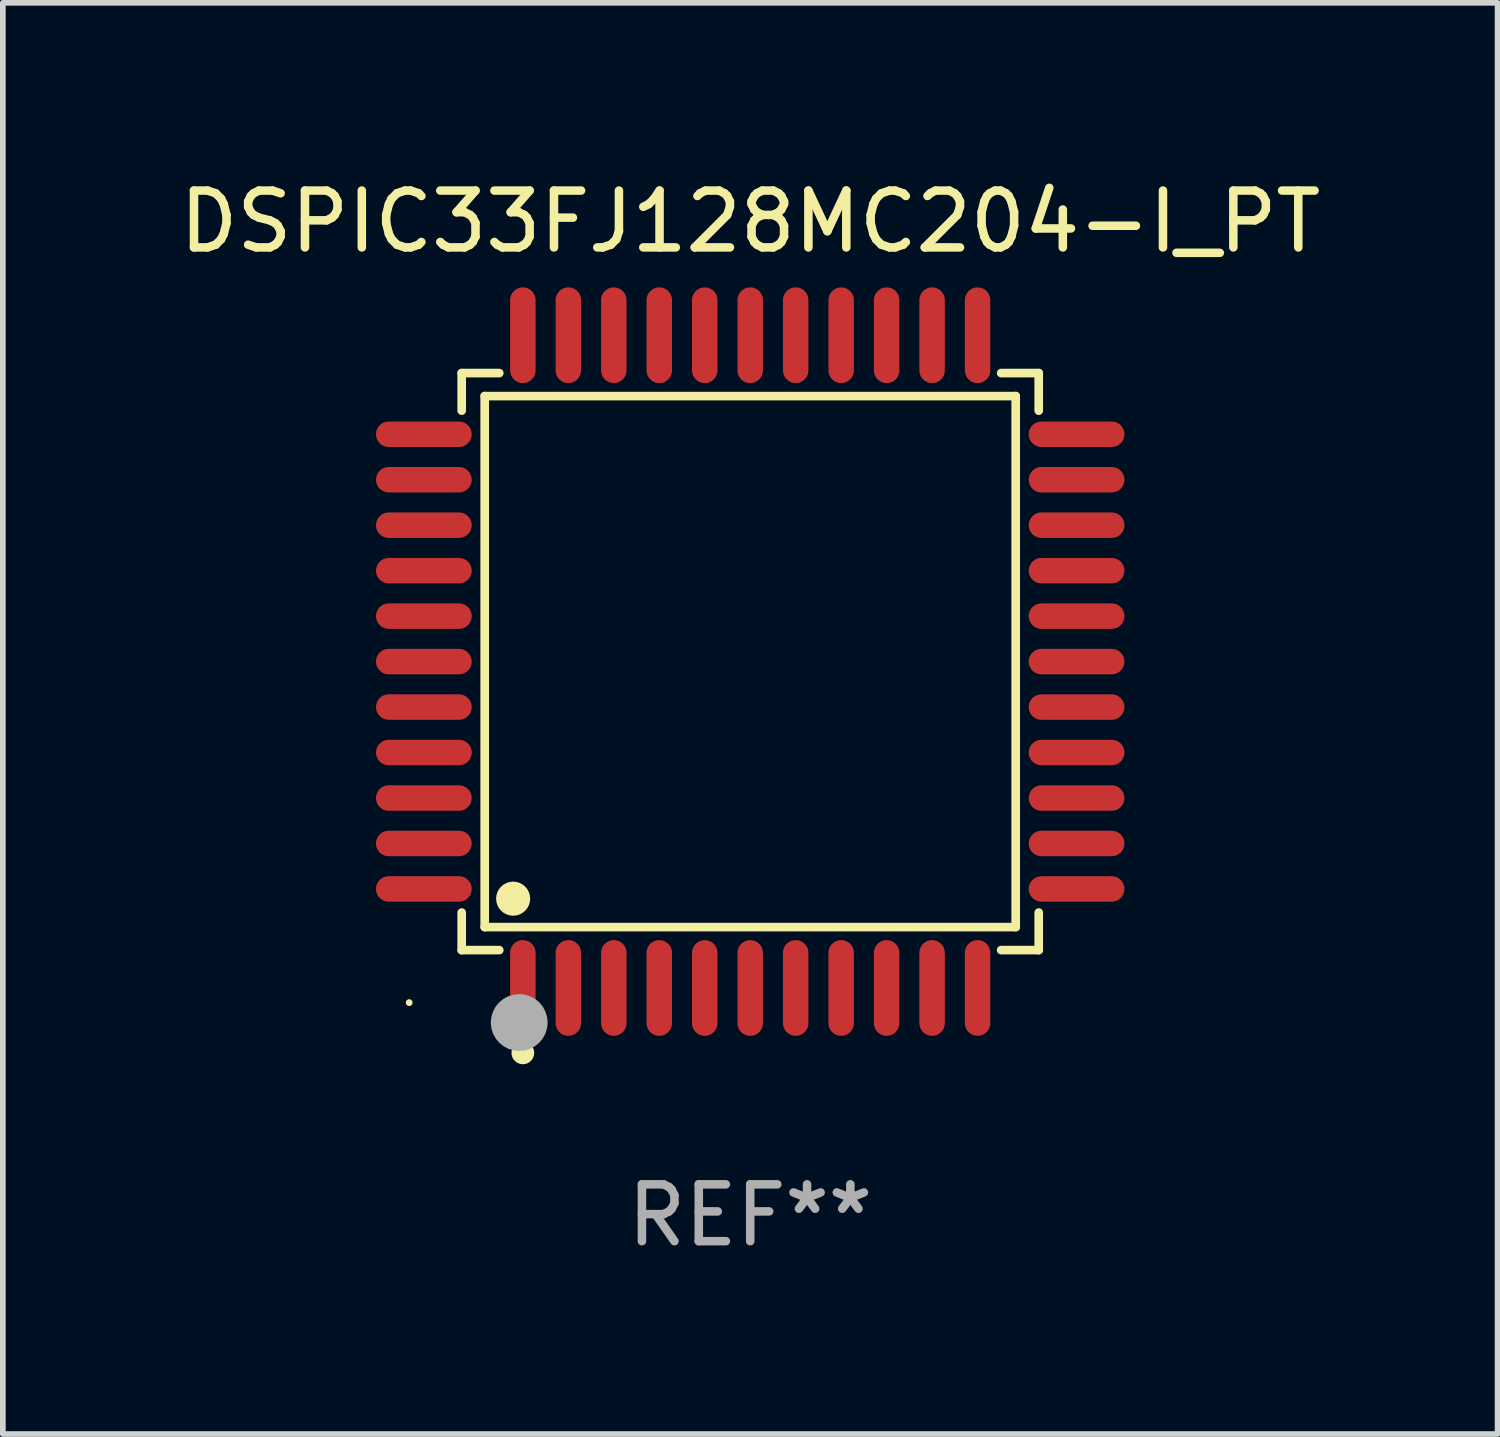
<source format=kicad_pcb>
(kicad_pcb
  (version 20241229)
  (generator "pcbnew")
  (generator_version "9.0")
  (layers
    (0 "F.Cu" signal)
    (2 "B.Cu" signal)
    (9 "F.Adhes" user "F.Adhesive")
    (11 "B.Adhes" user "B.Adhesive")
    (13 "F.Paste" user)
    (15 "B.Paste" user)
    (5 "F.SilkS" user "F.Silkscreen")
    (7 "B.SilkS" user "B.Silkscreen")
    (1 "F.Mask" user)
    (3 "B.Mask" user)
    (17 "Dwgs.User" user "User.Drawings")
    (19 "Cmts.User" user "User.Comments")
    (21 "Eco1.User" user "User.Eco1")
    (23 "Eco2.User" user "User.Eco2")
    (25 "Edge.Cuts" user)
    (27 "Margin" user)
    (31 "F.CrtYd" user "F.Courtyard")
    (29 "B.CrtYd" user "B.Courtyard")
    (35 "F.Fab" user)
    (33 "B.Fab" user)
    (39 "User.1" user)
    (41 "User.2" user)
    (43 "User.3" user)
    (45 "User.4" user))
  (footprint "DSPIC33FJ128MC204-I_PT"
    (layer "F.Cu")
    (at 10.149 8.59)
    (property "Reference" "DSPIC33FJ128MC204-I_PT" (at 0 -7.742 0) (layer "F.SilkS") (effects (font (size 1 1) (thickness 0.15))))
    (attr through_hole)
    (fp_line (start -5.076 -5.076) (end -4.415 -5.076) (stroke (width 0.152) (type solid)) (layer "F.SilkS"))
    (fp_line (start -5.076 -4.415) (end -5.076 -5.076) (stroke (width 0.152) (type solid)) (layer "F.SilkS"))
    (fp_line (start -5.076 4.415) (end -5.076 5.076) (stroke (width 0.152) (type solid)) (layer "F.SilkS"))
    (fp_line (start -5.076 5.076) (end -4.415 5.076) (stroke (width 0.152) (type solid)) (layer "F.SilkS"))
    (fp_line (start -4.671 -4.671) (end 4.671 -4.671) (stroke (width 0.152) (type solid)) (layer "F.SilkS"))
    (fp_line (start -4.671 4.671) (end -4.671 -4.671) (stroke (width 0.152) (type solid)) (layer "F.SilkS"))
    (fp_line (start 4.671 -4.671) (end 4.671 4.671) (stroke (width 0.152) (type solid)) (layer "F.SilkS"))
    (fp_line (start 4.671 4.671) (end -4.671 4.671) (stroke (width 0.152) (type solid)) (layer "F.SilkS"))
    (fp_line (start 5.076 -5.076) (end 4.415 -5.076) (stroke (width 0.152) (type solid)) (layer "F.SilkS"))
    (fp_line (start 5.076 -4.415) (end 5.076 -5.076) (stroke (width 0.152) (type solid)) (layer "F.SilkS"))
    (fp_line (start 5.076 4.415) (end 5.076 5.076) (stroke (width 0.152) (type solid)) (layer "F.SilkS"))
    (fp_line (start 5.076 5.076) (end 4.415 5.076) (stroke (width 0.152) (type solid)) (layer "F.SilkS"))
    (fp_circle (center -6 6) (end -5.97 6) (stroke (width 0.06) (type solid)) (fill no) (layer "F.SilkS"))
    (fp_circle (center -4.171 4.171) (end -4.021 4.171) (stroke (width 0.3) (type solid)) (fill no) (layer "F.SilkS"))
    (fp_circle (center -4 6.884) (end -3.9 6.884) (stroke (width 0.2) (type solid)) (fill no) (layer "F.SilkS"))
    (fp_circle (center -4.064 6.35) (end -3.814 6.35) (stroke (width 0.5) (type solid)) (fill no) (layer "F.Fab"))
    (fp_text user "REF**" (at 0 9.742 0) (layer "F.Fab") (effects (font (size 1 1) (thickness 0.15))))
    (pad "1" smd oval (at -4 5.742) (size 0.448 1.684) (layers "F.Cu" "F.Mask" "F.Paste"))
    (pad "2" smd oval (at -3.2 5.742) (size 0.448 1.684) (layers "F.Cu" "F.Mask" "F.Paste"))
    (pad "3" smd oval (at -2.4 5.742) (size 0.448 1.684) (layers "F.Cu" "F.Mask" "F.Paste"))
    (pad "4" smd oval (at -1.6 5.742) (size 0.448 1.684) (layers "F.Cu" "F.Mask" "F.Paste"))
    (pad "5" smd oval (at -0.8 5.742) (size 0.448 1.684) (layers "F.Cu" "F.Mask" "F.Paste"))
    (pad "6" smd oval (at 0 5.742) (size 0.448 1.684) (layers "F.Cu" "F.Mask" "F.Paste"))
    (pad "7" smd oval (at 0.8 5.742) (size 0.448 1.684) (layers "F.Cu" "F.Mask" "F.Paste"))
    (pad "8" smd oval (at 1.6 5.742) (size 0.448 1.684) (layers "F.Cu" "F.Mask" "F.Paste"))
    (pad "9" smd oval (at 2.4 5.742) (size 0.448 1.684) (layers "F.Cu" "F.Mask" "F.Paste"))
    (pad "10" smd oval (at 3.2 5.742) (size 0.448 1.684) (layers "F.Cu" "F.Mask" "F.Paste"))
    (pad "11" smd oval (at 4 5.742) (size 0.448 1.684) (layers "F.Cu" "F.Mask" "F.Paste"))
    (pad "12" smd oval (at 5.742 4) (size 1.684 0.448) (layers "F.Cu" "F.Mask" "F.Paste"))
    (pad "13" smd oval (at 5.742 3.2) (size 1.684 0.448) (layers "F.Cu" "F.Mask" "F.Paste"))
    (pad "14" smd oval (at 5.742 2.4) (size 1.684 0.448) (layers "F.Cu" "F.Mask" "F.Paste"))
    (pad "15" smd oval (at 5.742 1.6) (size 1.684 0.448) (layers "F.Cu" "F.Mask" "F.Paste"))
    (pad "16" smd oval (at 5.742 0.8) (size 1.684 0.448) (layers "F.Cu" "F.Mask" "F.Paste"))
    (pad "17" smd oval (at 5.742 0) (size 1.684 0.448) (layers "F.Cu" "F.Mask" "F.Paste"))
    (pad "18" smd oval (at 5.742 -0.8) (size 1.684 0.448) (layers "F.Cu" "F.Mask" "F.Paste"))
    (pad "19" smd oval (at 5.742 -1.6) (size 1.684 0.448) (layers "F.Cu" "F.Mask" "F.Paste"))
    (pad "20" smd oval (at 5.742 -2.4) (size 1.684 0.448) (layers "F.Cu" "F.Mask" "F.Paste"))
    (pad "21" smd oval (at 5.742 -3.2) (size 1.684 0.448) (layers "F.Cu" "F.Mask" "F.Paste"))
    (pad "22" smd oval (at 5.742 -4) (size 1.684 0.448) (layers "F.Cu" "F.Mask" "F.Paste"))
    (pad "23" smd oval (at 4 -5.742) (size 0.448 1.684) (layers "F.Cu" "F.Mask" "F.Paste"))
    (pad "24" smd oval (at 3.2 -5.742) (size 0.448 1.684) (layers "F.Cu" "F.Mask" "F.Paste"))
    (pad "25" smd oval (at 2.4 -5.742) (size 0.448 1.684) (layers "F.Cu" "F.Mask" "F.Paste"))
    (pad "26" smd oval (at 1.6 -5.742) (size 0.448 1.684) (layers "F.Cu" "F.Mask" "F.Paste"))
    (pad "27" smd oval (at 0.8 -5.742) (size 0.448 1.684) (layers "F.Cu" "F.Mask" "F.Paste"))
    (pad "28" smd oval (at 0 -5.742) (size 0.448 1.684) (layers "F.Cu" "F.Mask" "F.Paste"))
    (pad "29" smd oval (at -0.8 -5.742) (size 0.448 1.684) (layers "F.Cu" "F.Mask" "F.Paste"))
    (pad "30" smd oval (at -1.6 -5.742) (size 0.448 1.684) (layers "F.Cu" "F.Mask" "F.Paste"))
    (pad "31" smd oval (at -2.4 -5.742) (size 0.448 1.684) (layers "F.Cu" "F.Mask" "F.Paste"))
    (pad "32" smd oval (at -3.2 -5.742) (size 0.448 1.684) (layers "F.Cu" "F.Mask" "F.Paste"))
    (pad "33" smd oval (at -4 -5.742) (size 0.448 1.684) (layers "F.Cu" "F.Mask" "F.Paste"))
    (pad "34" smd oval (at -5.742 -4) (size 1.684 0.448) (layers "F.Cu" "F.Mask" "F.Paste"))
    (pad "35" smd oval (at -5.742 -3.2) (size 1.684 0.448) (layers "F.Cu" "F.Mask" "F.Paste"))
    (pad "36" smd oval (at -5.742 -2.4) (size 1.684 0.448) (layers "F.Cu" "F.Mask" "F.Paste"))
    (pad "37" smd oval (at -5.742 -1.6) (size 1.684 0.448) (layers "F.Cu" "F.Mask" "F.Paste"))
    (pad "38" smd oval (at -5.742 -0.8) (size 1.684 0.448) (layers "F.Cu" "F.Mask" "F.Paste"))
    (pad "39" smd oval (at -5.742 0) (size 1.684 0.448) (layers "F.Cu" "F.Mask" "F.Paste"))
    (pad "40" smd oval (at -5.742 0.8) (size 1.684 0.448) (layers "F.Cu" "F.Mask" "F.Paste"))
    (pad "41" smd oval (at -5.742 1.6) (size 1.684 0.448) (layers "F.Cu" "F.Mask" "F.Paste"))
    (pad "42" smd oval (at -5.742 2.4) (size 1.684 0.448) (layers "F.Cu" "F.Mask" "F.Paste"))
    (pad "43" smd oval (at -5.742 3.2) (size 1.684 0.448) (layers "F.Cu" "F.Mask" "F.Paste"))
    (pad "44" smd oval (at -5.742 4) (size 1.684 0.448) (layers "F.Cu" "F.Mask" "F.Paste")))
  (gr_rect
    (start -3 -3)
    (end 23.298 22.18)
    (stroke (width 0.1) (type default))
    (fill no)
    (layer "Edge.Cuts")))
</source>
